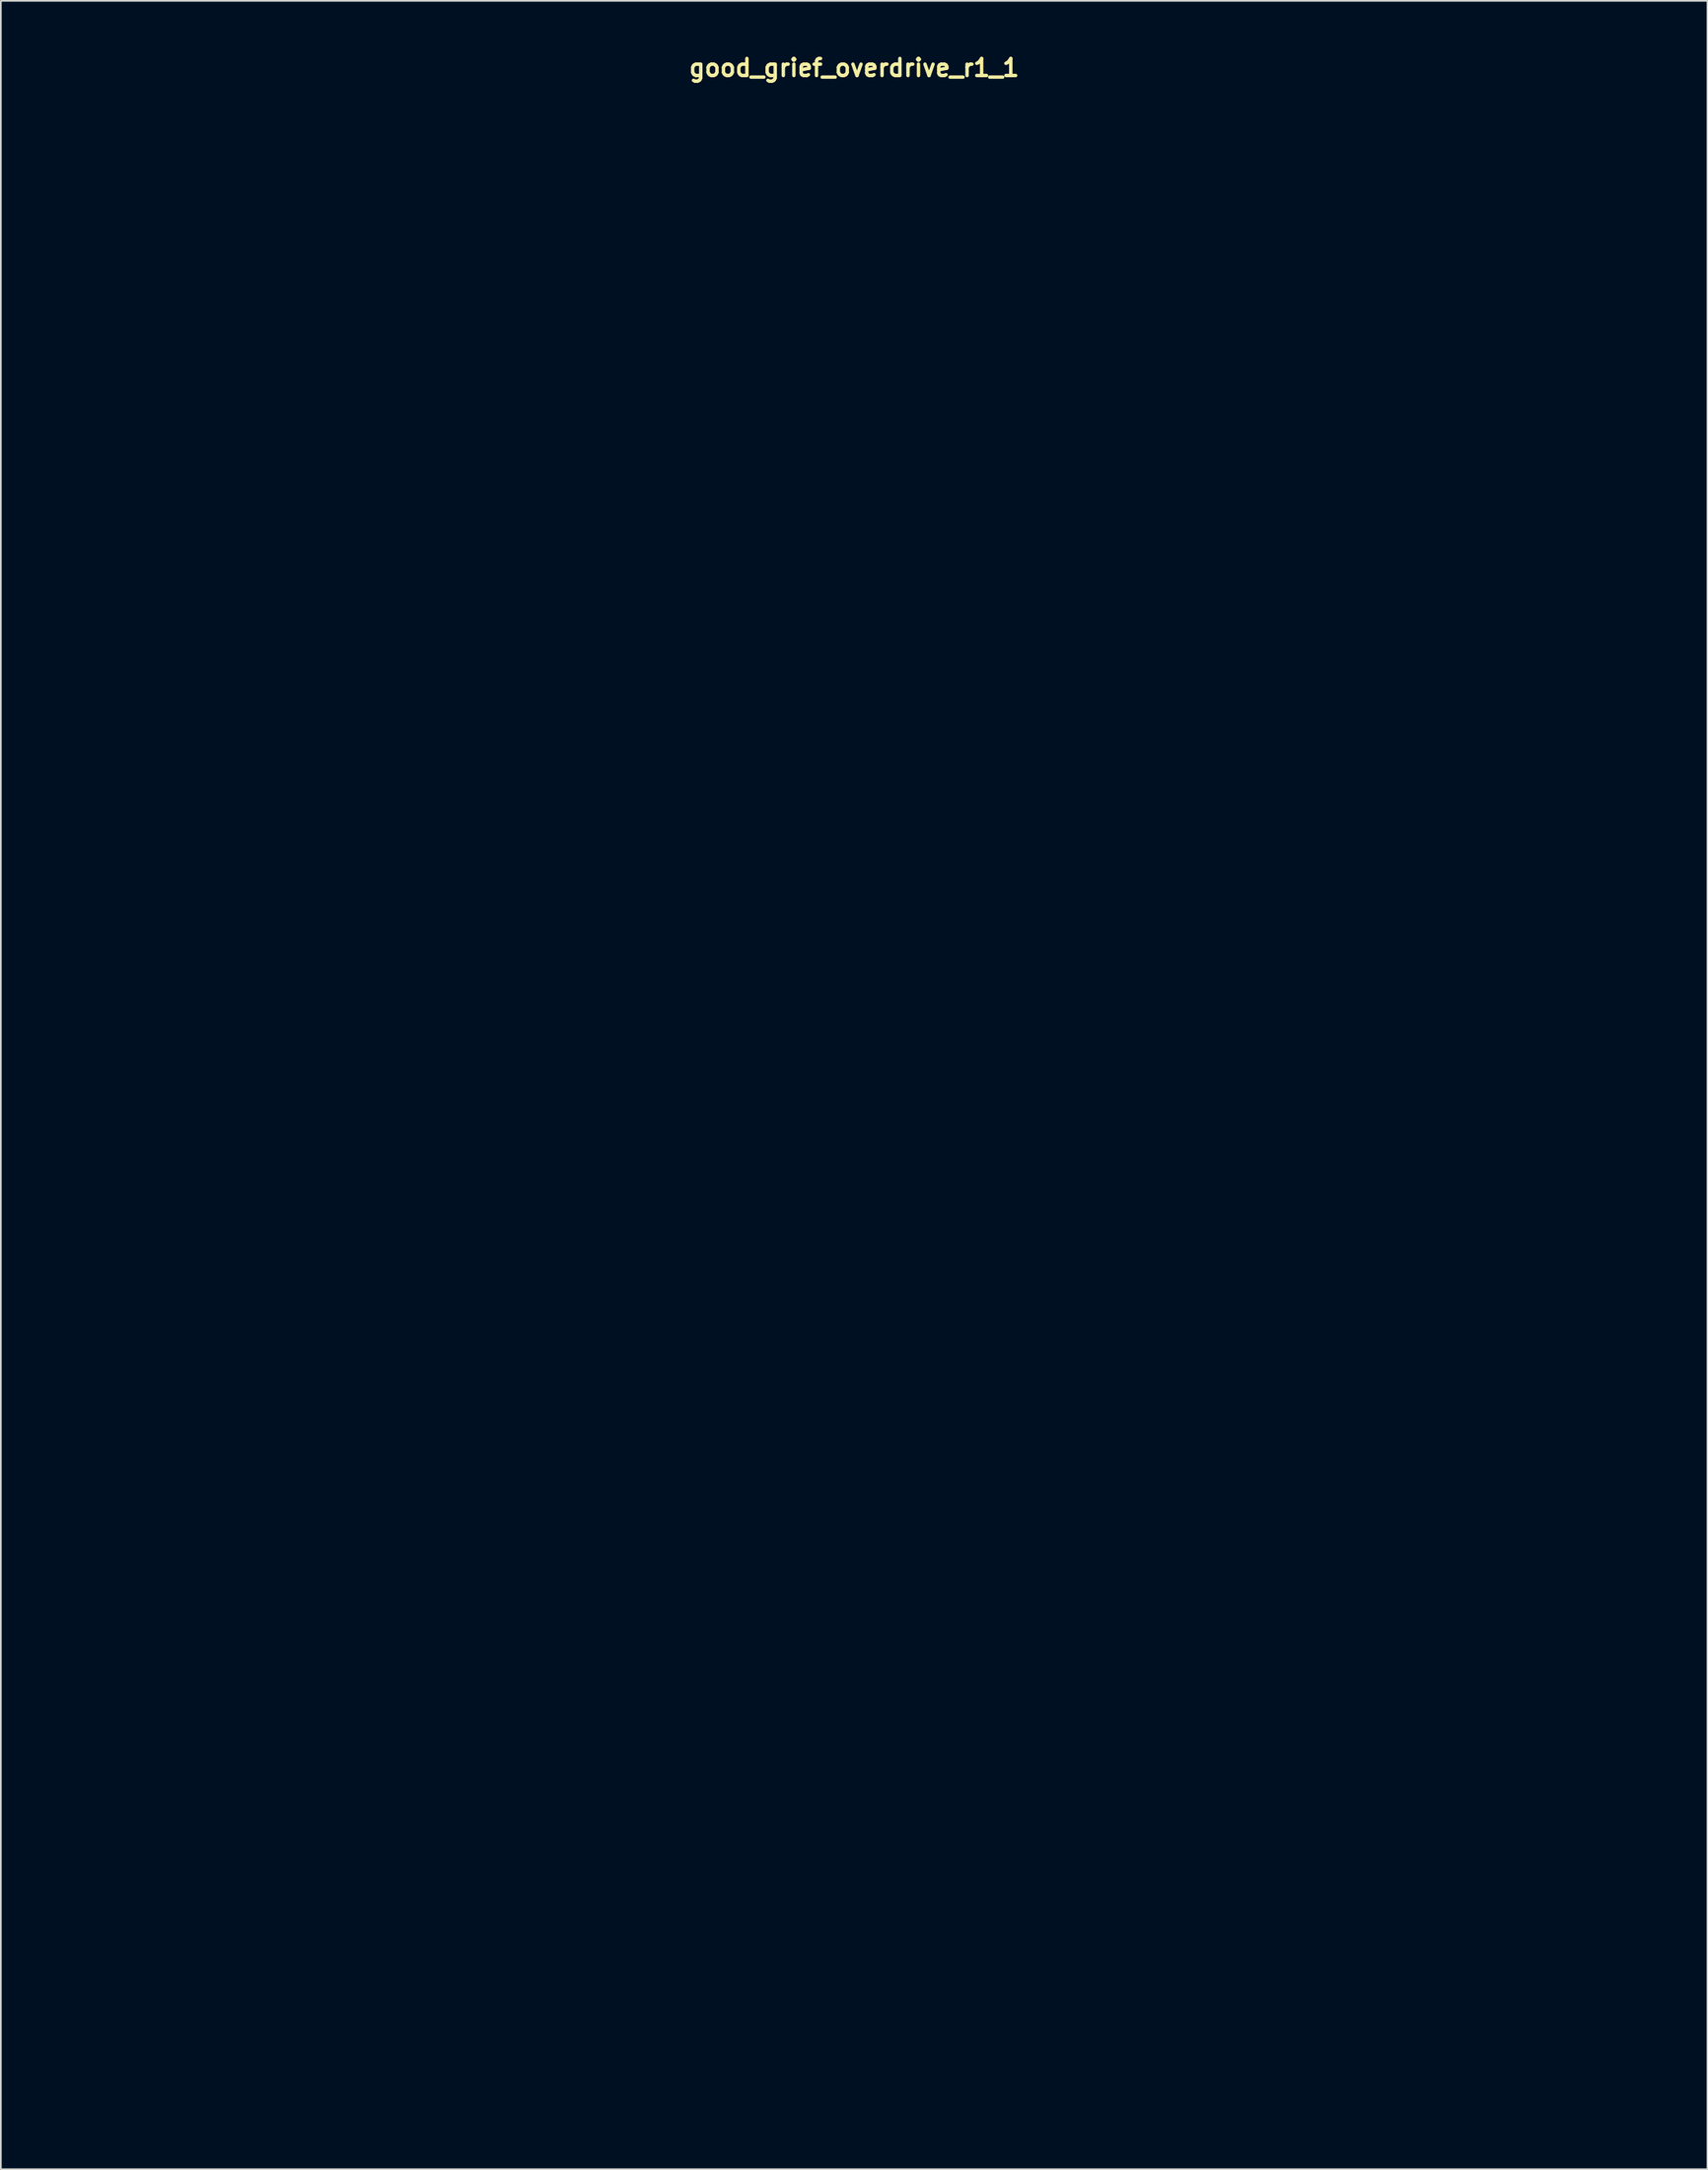
<source format=kicad_pcb>
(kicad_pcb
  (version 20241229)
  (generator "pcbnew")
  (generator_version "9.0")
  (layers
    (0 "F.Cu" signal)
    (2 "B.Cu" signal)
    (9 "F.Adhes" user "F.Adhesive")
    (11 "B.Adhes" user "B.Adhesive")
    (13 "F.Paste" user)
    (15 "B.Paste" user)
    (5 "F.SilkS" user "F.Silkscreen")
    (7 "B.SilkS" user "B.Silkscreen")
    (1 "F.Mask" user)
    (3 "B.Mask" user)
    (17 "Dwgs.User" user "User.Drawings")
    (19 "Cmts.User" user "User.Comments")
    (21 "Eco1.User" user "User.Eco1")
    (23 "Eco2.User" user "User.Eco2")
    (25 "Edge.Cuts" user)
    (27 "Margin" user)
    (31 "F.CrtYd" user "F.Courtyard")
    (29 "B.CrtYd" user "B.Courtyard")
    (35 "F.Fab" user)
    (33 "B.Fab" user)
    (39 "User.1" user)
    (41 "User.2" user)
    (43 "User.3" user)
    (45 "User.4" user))
  (footprint "good_grief_overdrive_r1_1"
    (layer "F.Cu")
    (at 47.2 61.515)
    (property "Reference" "good_grief_overdrive_r1_1" (at 0 -60.579 0) (layer "F.SilkS") (effects (font (size 1 1) (thickness 0.2))))
    (attr through_hole)
    (fp_line (start -47 -59.75) (end -47 59.75) (stroke (width 0.4) (type solid)) (layer "Eco1.User"))
    (fp_line (start -47 -59.75) (end 47 -59.75) (stroke (width 0.4) (type solid)) (layer "Eco1.User"))
    (fp_line (start -47 59.75) (end 47 59.75) (stroke (width 0.4) (type solid)) (layer "Eco1.User"))
    (fp_line (start -44.75 -57.5) (end -44.75 57.5) (stroke (width 0.4) (type solid)) (layer "Eco1.User"))
    (fp_line (start -44.75 -57.5) (end 44.75 -57.5) (stroke (width 0.4) (type solid)) (layer "Eco1.User"))
    (fp_line (start -44.75 57.5) (end 44.75 57.5) (stroke (width 0.4) (type solid)) (layer "Eco1.User"))
    (fp_line (start 44.75 -57.5) (end 44.75 57.5) (stroke (width 0.4) (type solid)) (layer "Eco1.User"))
    (fp_line (start 47 -59.75) (end 47 59.75) (stroke (width 0.4) (type solid)) (layer "Eco1.User"))
    (fp_circle (center -39.37 -5.08) (end -37.87 -5.08) (stroke (width 0.4) (type solid)) (fill no) (layer "Eco1.User"))
    (fp_circle (center -39.37 -5.08) (end -35.87 -5.08) (stroke (width 0.4) (type solid)) (fill no) (layer "Eco1.User"))
    (fp_circle (center -33.02 -31.55) (end -29.32 -31.55) (stroke (width 0.4) (type solid)) (fill no) (layer "Eco1.User"))
    (fp_circle (center -33.02 -31.55) (end -23.52 -31.55) (stroke (width 0.4) (type solid)) (fill no) (layer "Eco1.User"))
    (fp_circle (center -29.21 -52.07) (end -27.71 -52.07) (stroke (width 0.4) (type solid)) (fill no) (layer "Eco1.User"))
    (fp_circle (center -29.21 -52.07) (end -25.71 -52.07) (stroke (width 0.4) (type solid)) (fill no) (layer "Eco1.User"))
    (fp_circle (center -26.67 -5.08) (end -23.47 -5.08) (stroke (width 0.4) (type solid)) (fill no) (layer "Eco1.User"))
    (fp_circle (center -8.89 -52.07) (end -7.39 -52.07) (stroke (width 0.4) (type solid)) (fill no) (layer "Eco1.User"))
    (fp_circle (center -8.89 -52.07) (end -5.39 -52.07) (stroke (width 0.4) (type solid)) (fill no) (layer "Eco1.User"))
    (fp_circle (center 0 -31.55) (end 3.7 -31.55) (stroke (width 0.4) (type solid)) (fill no) (layer "Eco1.User"))
    (fp_circle (center 0 -31.55) (end 9.5 -31.55) (stroke (width 0.4) (type solid)) (fill no) (layer "Eco1.User"))
    (fp_circle (center 0 -5.08) (end 3.2 -5.08) (stroke (width 0.4) (type solid)) (fill no) (layer "Eco1.User"))
    (fp_circle (center 0 13.97) (end 2.65 13.97) (stroke (width 0.4) (type solid)) (fill no) (layer "Eco1.User"))
    (fp_circle (center 0 29.21) (end 6.5 29.21) (stroke (width 0.4) (type solid)) (fill no) (layer "Eco1.User"))
    (fp_circle (center 0 29.21) (end 9.75 29.21) (stroke (width 0.4) (type solid)) (fill no) (layer "Eco1.User"))
    (fp_circle (center 8.89 -52.07) (end 10.39 -52.07) (stroke (width 0.4) (type solid)) (fill no) (layer "Eco1.User"))
    (fp_circle (center 8.89 -52.07) (end 12.39 -52.07) (stroke (width 0.4) (type solid)) (fill no) (layer "Eco1.User"))
    (fp_circle (center 13.335 -5.08) (end 15.985 -5.08) (stroke (width 0.4) (type solid)) (fill no) (layer "Eco1.User"))
    (fp_circle (center 26.67 -5.08) (end 29.87 -5.08) (stroke (width 0.4) (type solid)) (fill no) (layer "Eco1.User"))
    (fp_circle (center 29.21 -52.07) (end 30.71 -52.07) (stroke (width 0.4) (type solid)) (fill no) (layer "Eco1.User"))
    (fp_circle (center 29.21 -52.07) (end 32.71 -52.07) (stroke (width 0.4) (type solid)) (fill no) (layer "Eco1.User"))
    (fp_circle (center 33.02 -31.55) (end 36.72 -31.55) (stroke (width 0.4) (type solid)) (fill no) (layer "Eco1.User"))
    (fp_circle (center 33.02 -31.55) (end 42.52 -31.55) (stroke (width 0.4) (type solid)) (fill no) (layer "Eco1.User"))
    (fp_circle (center 39.37 -5.08) (end 40.87 -5.08) (stroke (width 0.4) (type solid)) (fill no) (layer "Eco1.User"))
    (fp_circle (center 39.37 -5.08) (end 42.87 -5.08) (stroke (width 0.4) (type solid)) (fill no) (layer "Eco1.User"))
    (fp_line (start -47 -59.75) (end -47 59.75) (stroke (width 0.4) (type solid)) (layer "Eco2.User"))
    (fp_line (start -47 -59.75) (end 47 -59.75) (stroke (width 0.4) (type solid)) (layer "Eco2.User"))
    (fp_line (start -47 59.75) (end 47 59.75) (stroke (width 0.4) (type solid)) (layer "Eco2.User"))
    (fp_line (start -26.67 0) (end -26.67 3.81) (stroke (width 0.5) (type solid)) (layer "Eco2.User"))
    (fp_line (start -5.715 -45.72) (end -4.445 -45.72) (stroke (width 0.25) (type solid)) (layer "Eco2.User"))
    (fp_line (start -5.08 -46.355) (end -5.08 -45.085) (stroke (width 0.25) (type solid)) (layer "Eco2.User"))
    (fp_line (start -3.81 -45.72) (end -1.27 -45.72) (stroke (width 0.5) (type solid)) (layer "Eco2.User"))
    (fp_line (start -1.905 4.445) (end -1.905 8.255) (stroke (width 0.5) (type solid)) (layer "Eco2.User"))
    (fp_line (start 0 -45.72) (end 3.81 -45.72) (stroke (width 0.5) (type solid)) (layer "Eco2.User"))
    (fp_line (start 1.905 4.445) (end 1.905 8.255) (stroke (width 0.5) (type solid)) (layer "Eco2.User"))
    (fp_line (start 4.445 -45.72) (end 5.715 -45.72) (stroke (width 0.25) (type solid)) (layer "Eco2.User"))
    (fp_line (start 47 -59.75) (end 47 59.75) (stroke (width 0.4) (type solid)) (layer "Eco2.User"))
    (fp_arc (start 0 -44.45) (mid -1.27 -45.72) (end 0 -46.99) (stroke (width 0.5) (type solid)) (layer "Eco2.User"))
    (fp_circle (center -5.08 -45.72) (end -3.81 -45.72) (stroke (width 0.5) (type solid)) (fill no) (layer "Eco2.User"))
    (fp_circle (center 0 -45.72) (end 0.25 -45.72) (stroke (width 0.5) (type solid)) (fill no) (layer "Eco2.User"))
    (fp_circle (center 5.08 -45.72) (end 6.35 -45.72) (stroke (width 0.5) (type solid)) (fill no) (layer "Eco2.User"))
    (fp_poly (pts (xy -19.05 -46.99) (xy -20.32 -44.45) (xy -17.78 -44.45)) (stroke (width 0.5) (type solid)) (fill no) (layer "Eco2.User"))
    (fp_poly (pts (xy 19.05 -44.45) (xy 17.78 -46.99) (xy 20.32 -46.99)) (stroke (width 0.5) (type solid)) (fill no) (layer "Eco2.User"))
    (fp_text user "MF" (at -2.54 6.35 0) (unlocked yes) (layer "Eco2.User") (effects (font (size 2.5 2.5) (thickness 0.5)) (justify right)))
    (fp_text user "NORMAL" (at -27.305 1.905 0) (unlocked yes) (layer "Eco2.User") (effects (font (size 2.5 2.5) (thickness 0.5)) (justify right)))
    (fp_text user "BANDWIDTH" (at 26.67 1.905 0) (unlocked yes) (layer "Eco2.User") (effects (font (size 2.5 2.5) (thickness 0.5))))
    (fp_text user "-ТТКРЧПДЛ-\nGOOD GRIEF OVERDRIVE\nREV. 1" (at 0 48.26 0) (unlocked yes) (layer "Eco2.User") (effects (font (size 3 3) (thickness 0.5))))
    (fp_text user "DRIVE" (at 33.02 -18.415 0) (unlocked yes) (layer "Eco2.User") (effects (font (size 3 3) (thickness 0.5))))
    (fp_text user "N" (at 0 6.35 0) (unlocked yes) (layer "Eco2.User") (effects (font (size 2.5 2.5) (thickness 0.5))))
    (fp_text user "VOLUME" (at -33.02 -18.415 0) (unlocked yes) (layer "Eco2.User") (effects (font (size 3 3) (thickness 0.5))))
    (fp_text user "Si" (at 2.54 6.35 0) (unlocked yes) (layer "Eco2.User") (effects (font (size 2.5 2.5) (thickness 0.5)) (justify left)))
    (fp_text user "OUT" (at -19.05 -52.07 0) (unlocked yes) (layer "Eco2.User") (effects (font (size 3 3) (thickness 0.5))))
    (fp_text user "9V" (at 0 -52.07 0) (unlocked yes) (layer "Eco2.User") (effects (font (size 3 3) (thickness 0.5))))
    (fp_text user "TONE" (at 0 -18.415 0) (unlocked yes) (layer "Eco2.User") (effects (font (size 3 3) (thickness 0.5))))
    (fp_text user "IN" (at 19.05 -52.07 0) (unlocked yes) (layer "Eco2.User") (effects (font (size 3 3) (thickness 0.5))))
    (fp_text user "BRIGHT" (at -26.035 1.905 0) (unlocked yes) (layer "Eco2.User") (effects (font (size 2.5 2.5) (thickness 0.5)) (justify left)))
    (fp_text user "VOICE" (at 0 1.905 0) (unlocked yes) (layer "Eco2.User") (effects (font (size 2.5 2.5) (thickness 0.5)))))
  (gr_rect
    (start -3 -3)
    (end 97.4 124.465)
    (stroke (width 0.1) (type default))
    (fill no)
    (layer "Edge.Cuts")))
</source>
